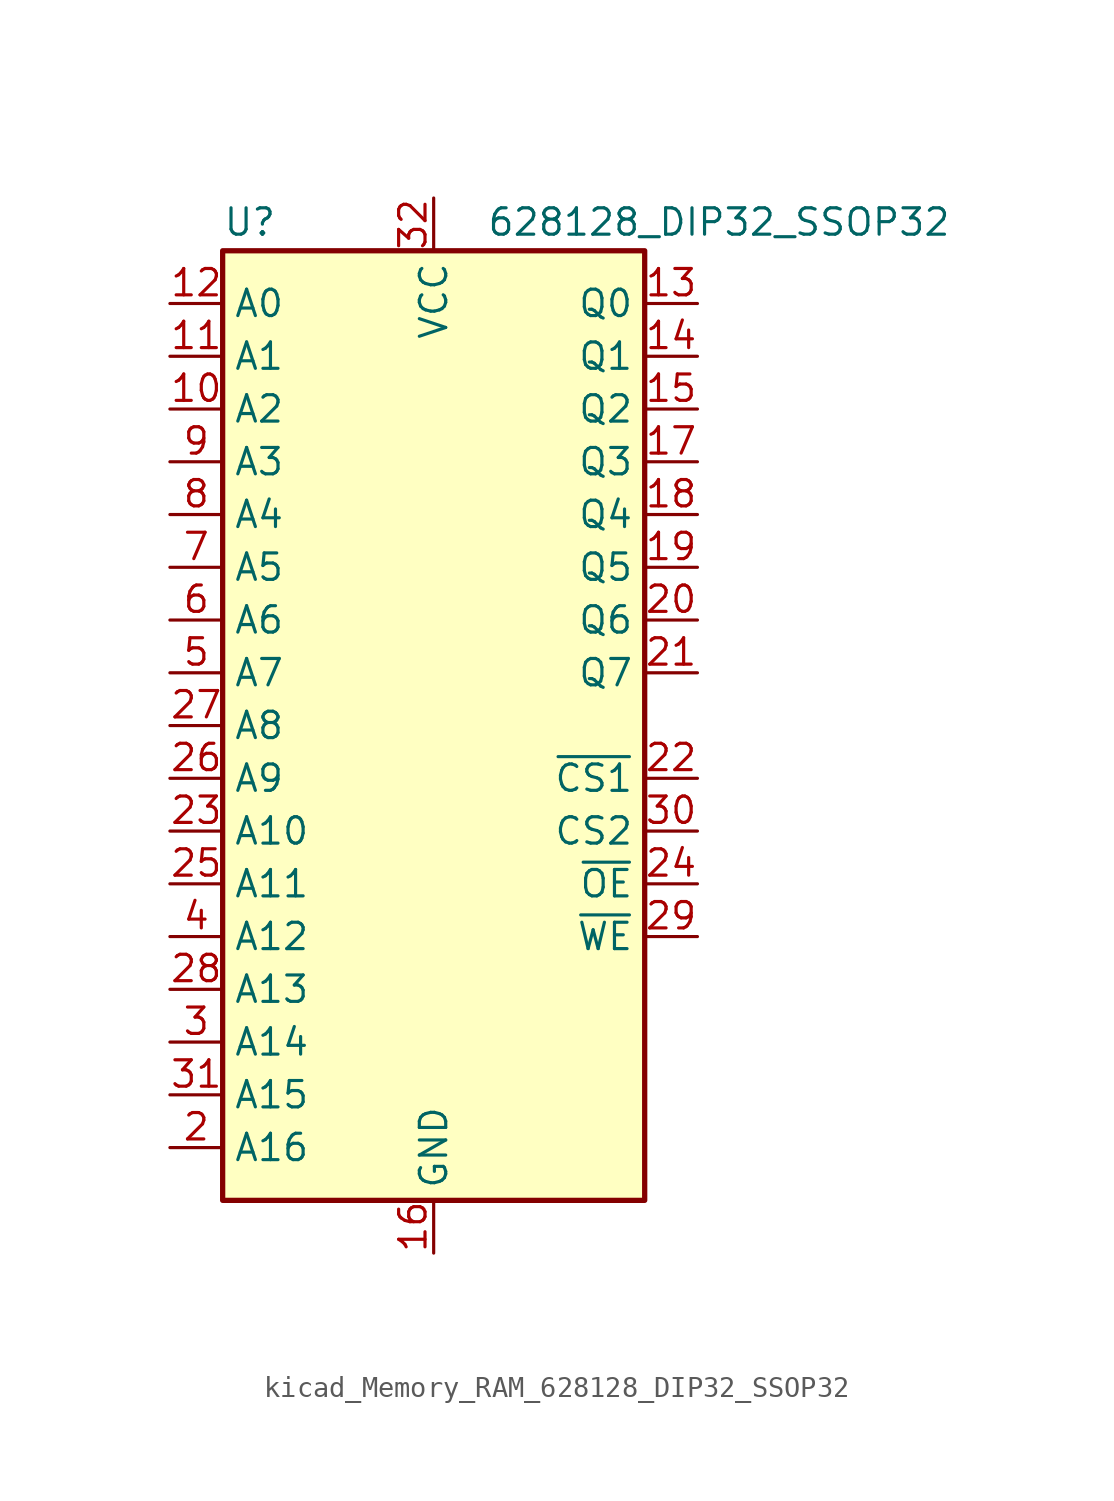
<source format=kicad_sym>
(kicad_symbol_lib
  (version 20220914)
  (generator kicad_symbol_editor)
  (symbol "kicad_Memory_RAM_628128_DIP32_SSOP32"
    (property "Reference" "U"
      (at -10.16 23.495 0)
      (effects (font (size 1.27 1.27)) (justify left bottom)))
    (property "Value" "628128_DIP32_SSOP32"
      (at 2.54 23.495 0)
      (effects (font (size 1.27 1.27)) (justify left bottom)))
    (symbol "kicad_Memory_RAM_628128_DIP32_SSOP32_0_0"
      (pin power_in line (at 0 -25.4 90) (length 2.54) (name "GND" (effects (font (size 1.27 1.27)))) (number "16" (effects (font (size 1.27 1.27)))))
      (pin power_in line (at 0 25.4 270) (length 2.54) (name "VCC" (effects (font (size 1.27 1.27)))) (number "32" (effects (font (size 1.27 1.27))))))
    (symbol "kicad_Memory_RAM_628128_DIP32_SSOP32_0_1"
      (rectangle (start -10.16 22.86) (end 10.16 -22.86) (stroke (width 0.254) (type default)) (fill (type background))))
    (symbol "kicad_Memory_RAM_628128_DIP32_SSOP32_1_1"
      (pin no_connect line (at 10.16 -20.32 180) (length 2.54) hide (name "NC" (effects (font (size 1.27 1.27)))) (number "1" (effects (font (size 1.27 1.27)))))
      (pin input line (at -12.7 15.24 0) (length 2.54) (name "A2" (effects (font (size 1.27 1.27)))) (number "10" (effects (font (size 1.27 1.27)))))
      (pin input line (at -12.7 17.78 0) (length 2.54) (name "A1" (effects (font (size 1.27 1.27)))) (number "11" (effects (font (size 1.27 1.27)))))
      (pin input line (at -12.7 20.32 0) (length 2.54) (name "A0" (effects (font (size 1.27 1.27)))) (number "12" (effects (font (size 1.27 1.27)))))
      (pin tri_state line (at 12.7 20.32 180) (length 2.54) (name "Q0" (effects (font (size 1.27 1.27)))) (number "13" (effects (font (size 1.27 1.27)))))
      (pin tri_state line (at 12.7 17.78 180) (length 2.54) (name "Q1" (effects (font (size 1.27 1.27)))) (number "14" (effects (font (size 1.27 1.27)))))
      (pin tri_state line (at 12.7 15.24 180) (length 2.54) (name "Q2" (effects (font (size 1.27 1.27)))) (number "15" (effects (font (size 1.27 1.27)))))
      (pin tri_state line (at 12.7 12.7 180) (length 2.54) (name "Q3" (effects (font (size 1.27 1.27)))) (number "17" (effects (font (size 1.27 1.27)))))
      (pin tri_state line (at 12.7 10.16 180) (length 2.54) (name "Q4" (effects (font (size 1.27 1.27)))) (number "18" (effects (font (size 1.27 1.27)))))
      (pin tri_state line (at 12.7 7.62 180) (length 2.54) (name "Q5" (effects (font (size 1.27 1.27)))) (number "19" (effects (font (size 1.27 1.27)))))
      (pin input line (at -12.7 -20.32 0) (length 2.54) (name "A16" (effects (font (size 1.27 1.27)))) (number "2" (effects (font (size 1.27 1.27)))))
      (pin tri_state line (at 12.7 5.08 180) (length 2.54) (name "Q6" (effects (font (size 1.27 1.27)))) (number "20" (effects (font (size 1.27 1.27)))))
      (pin tri_state line (at 12.7 2.54 180) (length 2.54) (name "Q7" (effects (font (size 1.27 1.27)))) (number "21" (effects (font (size 1.27 1.27)))))
      (pin input line (at 12.7 -2.54 180) (length 2.54) (name "~{CS1}" (effects (font (size 1.27 1.27)))) (number "22" (effects (font (size 1.27 1.27)))))
      (pin input line (at -12.7 -5.08 0) (length 2.54) (name "A10" (effects (font (size 1.27 1.27)))) (number "23" (effects (font (size 1.27 1.27)))))
      (pin input line (at 12.7 -7.62 180) (length 2.54) (name "~{OE}" (effects (font (size 1.27 1.27)))) (number "24" (effects (font (size 1.27 1.27)))))
      (pin input line (at -12.7 -7.62 0) (length 2.54) (name "A11" (effects (font (size 1.27 1.27)))) (number "25" (effects (font (size 1.27 1.27)))))
      (pin input line (at -12.7 -2.54 0) (length 2.54) (name "A9" (effects (font (size 1.27 1.27)))) (number "26" (effects (font (size 1.27 1.27)))))
      (pin input line (at -12.7 0 0) (length 2.54) (name "A8" (effects (font (size 1.27 1.27)))) (number "27" (effects (font (size 1.27 1.27)))))
      (pin input line (at -12.7 -12.7 0) (length 2.54) (name "A13" (effects (font (size 1.27 1.27)))) (number "28" (effects (font (size 1.27 1.27)))))
      (pin input line (at 12.7 -10.16 180) (length 2.54) (name "~{WE}" (effects (font (size 1.27 1.27)))) (number "29" (effects (font (size 1.27 1.27)))))
      (pin input line (at -12.7 -15.24 0) (length 2.54) (name "A14" (effects (font (size 1.27 1.27)))) (number "3" (effects (font (size 1.27 1.27)))))
      (pin input line (at 12.7 -5.08 180) (length 2.54) (name "CS2" (effects (font (size 1.27 1.27)))) (number "30" (effects (font (size 1.27 1.27)))))
      (pin input line (at -12.7 -17.78 0) (length 2.54) (name "A15" (effects (font (size 1.27 1.27)))) (number "31" (effects (font (size 1.27 1.27)))))
      (pin input line (at -12.7 -10.16 0) (length 2.54) (name "A12" (effects (font (size 1.27 1.27)))) (number "4" (effects (font (size 1.27 1.27)))))
      (pin input line (at -12.7 2.54 0) (length 2.54) (name "A7" (effects (font (size 1.27 1.27)))) (number "5" (effects (font (size 1.27 1.27)))))
      (pin input line (at -12.7 5.08 0) (length 2.54) (name "A6" (effects (font (size 1.27 1.27)))) (number "6" (effects (font (size 1.27 1.27)))))
      (pin input line (at -12.7 7.62 0) (length 2.54) (name "A5" (effects (font (size 1.27 1.27)))) (number "7" (effects (font (size 1.27 1.27)))))
      (pin input line (at -12.7 10.16 0) (length 2.54) (name "A4" (effects (font (size 1.27 1.27)))) (number "8" (effects (font (size 1.27 1.27)))))
      (pin input line (at -12.7 12.7 0) (length 2.54) (name "A3" (effects (font (size 1.27 1.27)))) (number "9" (effects (font (size 1.27 1.27))))))))
</source>
